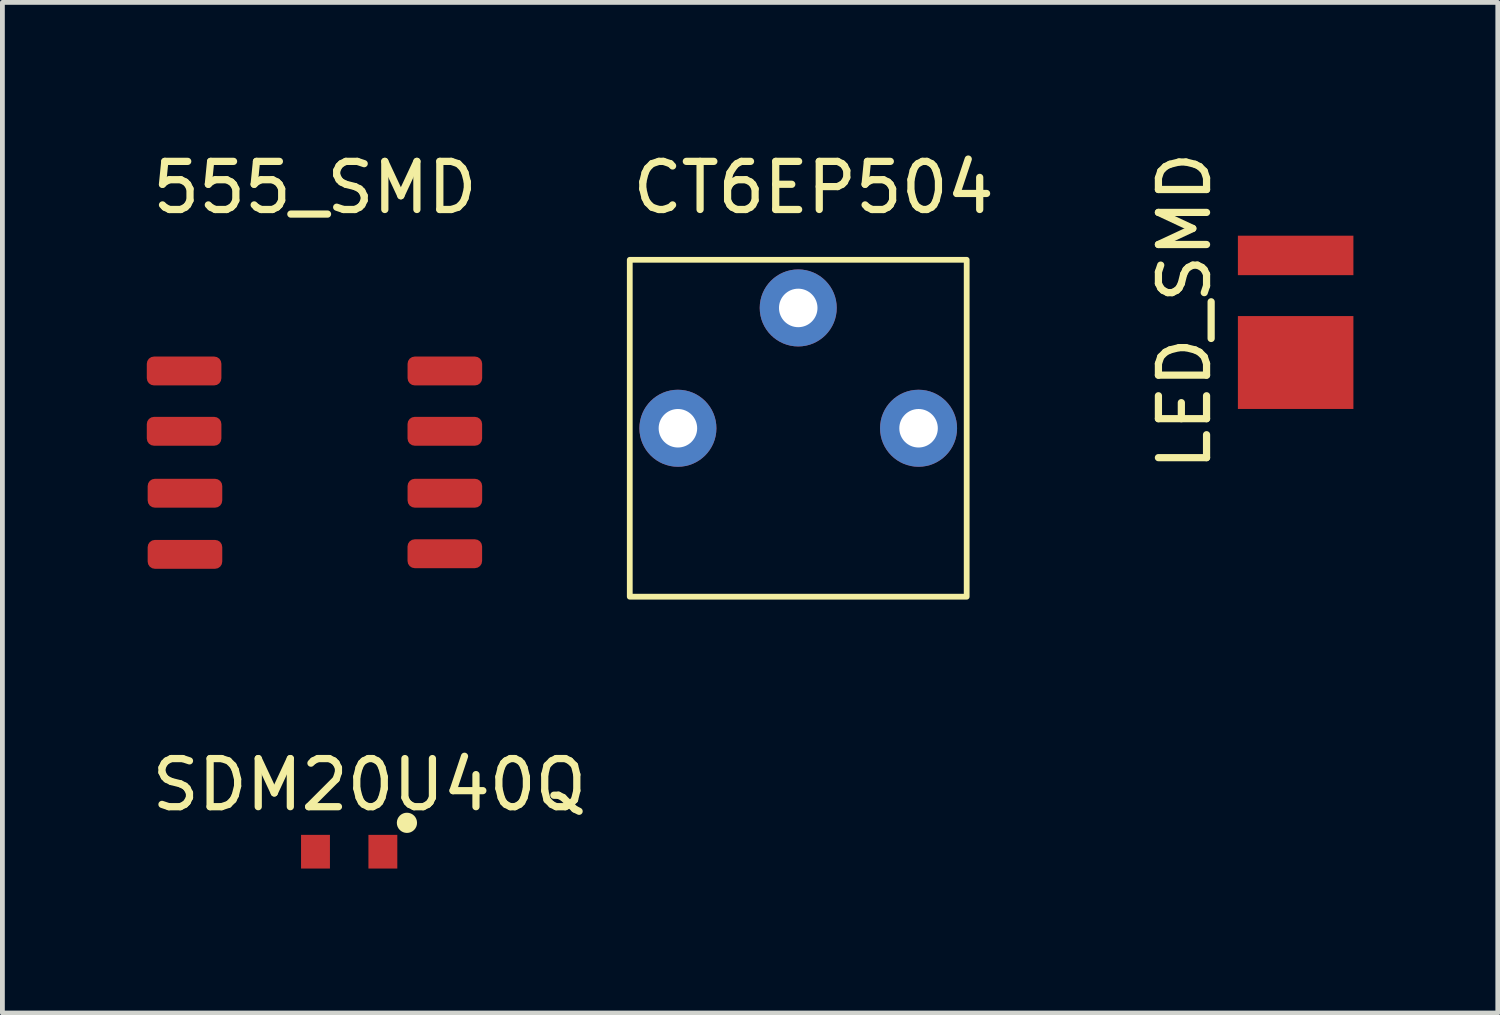
<source format=kicad_pcb>
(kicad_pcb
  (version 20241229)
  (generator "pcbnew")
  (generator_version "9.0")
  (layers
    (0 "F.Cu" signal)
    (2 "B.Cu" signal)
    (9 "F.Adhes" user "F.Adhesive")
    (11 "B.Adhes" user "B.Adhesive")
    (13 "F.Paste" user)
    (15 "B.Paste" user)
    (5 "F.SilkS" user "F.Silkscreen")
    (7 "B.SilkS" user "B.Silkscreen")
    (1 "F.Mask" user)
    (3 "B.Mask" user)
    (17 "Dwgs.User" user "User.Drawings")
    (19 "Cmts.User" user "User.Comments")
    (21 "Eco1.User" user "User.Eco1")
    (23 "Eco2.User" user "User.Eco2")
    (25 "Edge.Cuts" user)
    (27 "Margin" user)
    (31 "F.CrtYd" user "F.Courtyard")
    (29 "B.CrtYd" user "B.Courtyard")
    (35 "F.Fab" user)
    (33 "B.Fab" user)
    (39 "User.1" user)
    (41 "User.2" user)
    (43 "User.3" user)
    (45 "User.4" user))
  (footprint "LED_SMD"
    (layer "F.Cu")
    (at 23.87 3.647)
    (property "Reference" "LED_SMD" (at -2.306 -0.236 90) (layer "F.SilkS") (effects (font (size 1 1) (thickness 0.15))))
    (attr through_hole)
    (pad "1" smd rect (at 0 -1.39) (size 2.4 0.82) (layers "F.Cu" "F.Mask" "F.Paste"))
    (pad "2" smd rect (at 0 0.835) (size 2.4 1.93) (layers "F.Cu" "F.Mask" "F.Paste")))
  (footprint "CT6EP504"
    (layer "F.Cu")
    (at 13.535 5.848)
    (property "Reference" "CT6EP504" (at 0.318 -5 0) (layer "F.SilkS") (effects (font (size 1 1) (thickness 0.15))))
    (attr through_hole)
    (fp_rect (start -3.5 -3.5) (end 3.5 3.5) (stroke (width 0.12) (type solid)) (fill no) (layer "F.SilkS"))
    (pad "1" thru_hole circle (at 2.5 0) (size 1.6 1.6) (drill 0.8) (layers "*.Cu" "*.Mask"))
    (pad "2" thru_hole circle (at 0 -2.5) (size 1.6 1.6) (drill 0.8) (layers "*.Cu" "*.Mask"))
    (pad "3" thru_hole circle (at -2.5 0) (size 1.6 1.6) (drill 0.8) (layers "*.Cu" "*.Mask")))
  (footprint "555_SMD"
    (layer "F.Cu")
    (at 3.493 4.658)
    (property "Reference" "555_SMD" (at 0 -3.81 0) (unlocked yes) (layer "F.SilkS") (effects (font (size 1 1) (thickness 0.15))))
    (attr smd)
    (pad "1" smd roundrect (at -2.718 0) (size 1.55 0.6) (layers "F.Cu" "F.Mask" "F.Paste") (roundrect_rratio 0.25))
    (pad "2" smd roundrect (at -2.718 1.253) (size 1.55 0.6) (layers "F.Cu" "F.Mask" "F.Paste") (roundrect_rratio 0.25))
    (pad "3" smd roundrect (at -2.7 2.54) (size 1.55 0.6) (layers "F.Cu" "F.Mask" "F.Paste") (roundrect_rratio 0.25))
    (pad "4" smd roundrect (at -2.7 3.81) (size 1.55 0.6) (layers "F.Cu" "F.Mask" "F.Paste") (roundrect_rratio 0.25))
    (pad "5" smd roundrect (at 2.699 3.797) (size 1.55 0.6) (layers "F.Cu" "F.Mask" "F.Paste") (roundrect_rratio 0.25))
    (pad "6" smd roundrect (at 2.7 2.54) (size 1.55 0.6) (layers "F.Cu" "F.Mask" "F.Paste") (roundrect_rratio 0.25))
    (pad "7" smd roundrect (at 2.699 1.253) (size 1.55 0.6) (layers "F.Cu" "F.Mask" "F.Paste") (roundrect_rratio 0.25))
    (pad "8" smd roundrect (at 2.7 0) (size 1.55 0.6) (layers "F.Cu" "F.Mask" "F.Paste") (roundrect_rratio 0.25)))
  (footprint "SDM20U40Q"
    (layer "F.Cu")
    (at 4.205 14.646)
    (property "Reference" "SDM20U40Q" (at 0.42 -1.39 0) (layer "F.SilkS") (effects (font (size 1 1) (thickness 0.15))))
    (attr through_hole)
    (fp_circle (center 1.2 -0.6) (end 1.35 -0.6) (stroke (width 0.12) (type solid)) (fill no) (layer "F.SilkS"))
    (fp_poly (pts (xy 1.23 -0.687) (xy 1.273 -0.666) (xy 1.286 -0.637) (xy 1.295 -0.603) (xy 1.289 -0.566) (xy 1.269 -0.537) (xy 1.244 -0.513) (xy 1.184 -0.503) (xy 1.147 -0.515) (xy 1.114 -0.547) (xy 1.1 -0.606) (xy 1.115 -0.66) (xy 1.147 -0.683) (xy 1.146 -0.683) (xy 1.211 -0.699)) (stroke (width 0.1) (type solid)) (fill yes) (layer "F.SilkS"))
    (pad "1" smd rect (at -0.7 0) (size 0.6 0.7) (layers "F.Cu" "F.Mask" "F.Paste"))
    (pad "2" smd rect (at 0.7 0) (size 0.6 0.7) (layers "F.Cu" "F.Mask" "F.Paste")))
  (gr_rect
    (start -3 -3)
    (end 28.07 17.997)
    (stroke (width 0.1) (type default))
    (fill no)
    (layer "Edge.Cuts")))
</source>
